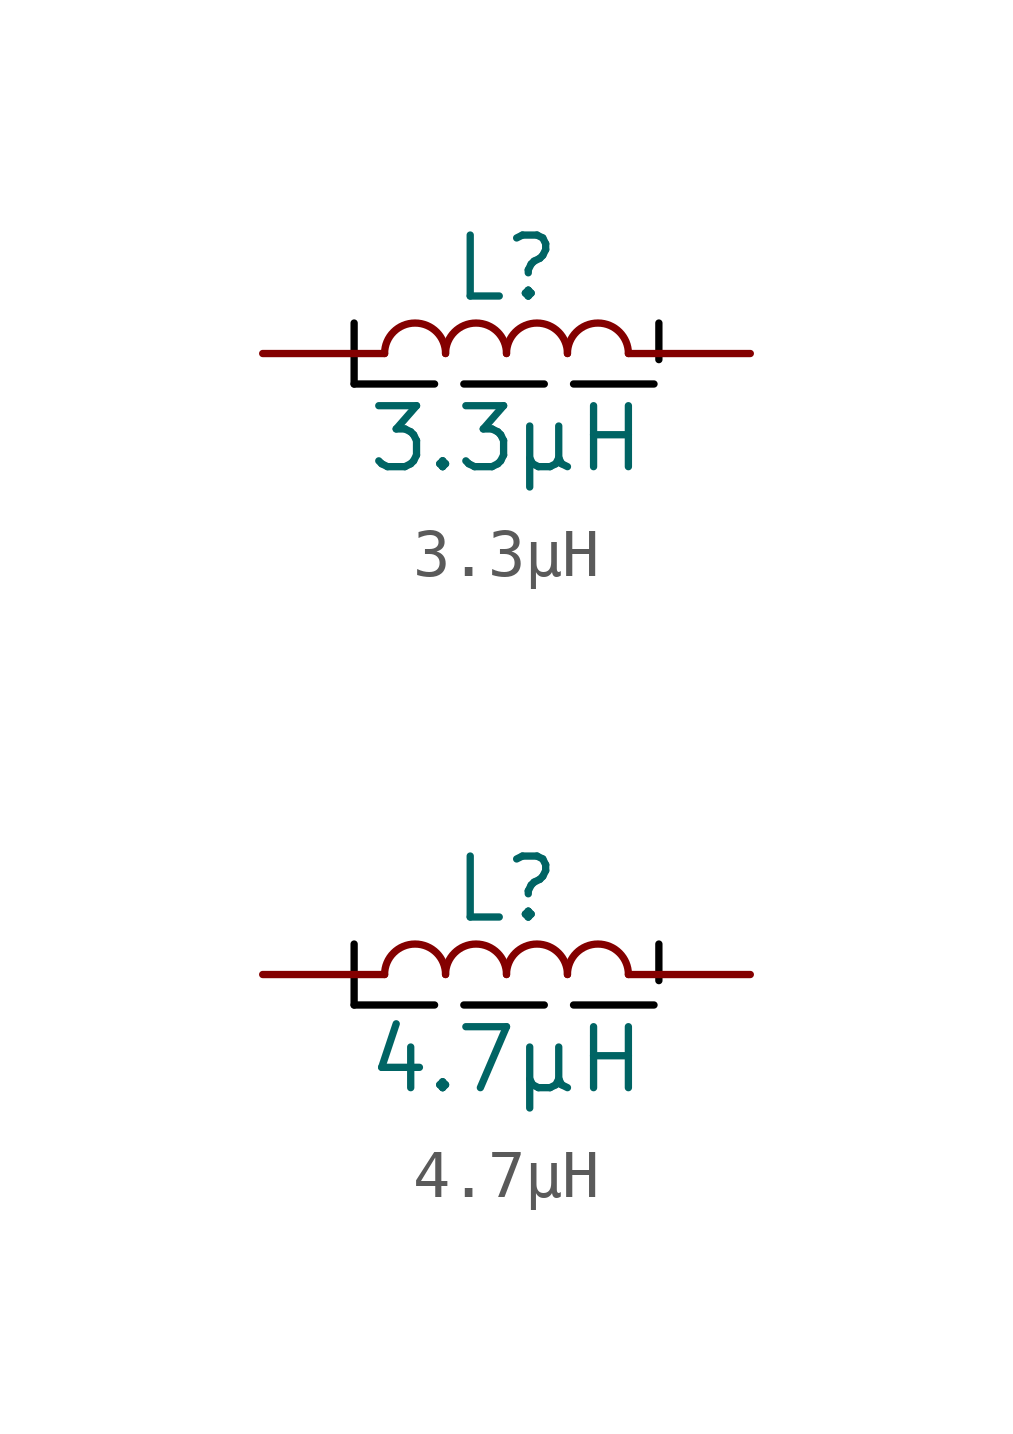
<source format=kicad_sym>
(kicad_symbol_lib
  (version 20241209)
  (generator "kicad_symbol_editor")
  (generator_version "9.0")
  (symbol "3.3µH"
    (pin_numbers
      (hide yes))
    (pin_names
      (hide yes))
    (property "Reference" "L"
      (at 0 1.778 0)
      (effects (font (size 1.27 1.27))))
    (property "Value" "3.3µH"
      (at 0 -1.778 0)
      (effects (font (size 1.27 1.27))))
    (symbol "3.3µH_0_1"
      (arc (start -2.54 0) (mid -1.905 0.6323) (end -1.27 0) (stroke (width 0) (type default)) (fill (type none)))
      (arc (start -1.27 0) (mid -0.635 0.6323) (end 0 0) (stroke (width 0) (type default)) (fill (type none)))
      (arc (start 0 0) (mid 0.635 0.6323) (end 1.27 0) (stroke (width 0) (type default)) (fill (type none)))
      (arc (start 1.27 0) (mid 1.905 0.6323) (end 2.54 0) (stroke (width 0) (type default)) (fill (type none))))
    (symbol "3.3µH_1_1"
      (polyline (pts (xy -3.175 -0.635) (xy -3.175 0.635)) (stroke (width 0) (type solid) (color 0 0 0 1)) (fill (type none)))
      (polyline (pts (xy -3.175 -0.635) (xy 3.175 -0.635) (xy 3.175 0.635)) (stroke (width 0) (type dash) (color 0 0 0 1)) (fill (type none)))
      (pin passive line (at -5.08 0 0) (length 2.54) (name "1" (effects (font (size 1.27 1.27)))) (number "1" (effects (font (size 1.27 1.27)))))
      (pin passive line (at 5.08 0 180) (length 2.54) (name "2" (effects (font (size 1.27 1.27)))) (number "2" (effects (font (size 1.27 1.27)))))))
  (symbol "4.7µH"
    (pin_numbers
      (hide yes))
    (pin_names
      (hide yes))
    (property "Reference" "L"
      (at 0 1.778 0)
      (effects (font (size 1.27 1.27))))
    (property "Value" "4.7µH"
      (at 0 -1.778 0)
      (effects (font (size 1.27 1.27))))
    (symbol "4.7µH_0_1"
      (arc (start -2.54 0) (mid -1.905 0.6323) (end -1.27 0) (stroke (width 0) (type default)) (fill (type none)))
      (arc (start -1.27 0) (mid -0.635 0.6323) (end 0 0) (stroke (width 0) (type default)) (fill (type none)))
      (arc (start 0 0) (mid 0.635 0.6323) (end 1.27 0) (stroke (width 0) (type default)) (fill (type none)))
      (arc (start 1.27 0) (mid 1.905 0.6323) (end 2.54 0) (stroke (width 0) (type default)) (fill (type none))))
    (symbol "4.7µH_1_1"
      (polyline (pts (xy -3.175 -0.635) (xy -3.175 0.635)) (stroke (width 0) (type solid) (color 0 0 0 1)) (fill (type none)))
      (polyline (pts (xy -3.175 -0.635) (xy 3.175 -0.635) (xy 3.175 0.635)) (stroke (width 0) (type dash) (color 0 0 0 1)) (fill (type none)))
      (pin passive line (at -5.08 0 0) (length 2.54) (name "1" (effects (font (size 1.27 1.27)))) (number "1" (effects (font (size 1.27 1.27)))))
      (pin passive line (at 5.08 0 180) (length 2.54) (name "2" (effects (font (size 1.27 1.27)))) (number "2" (effects (font (size 1.27 1.27))))))))
</source>
